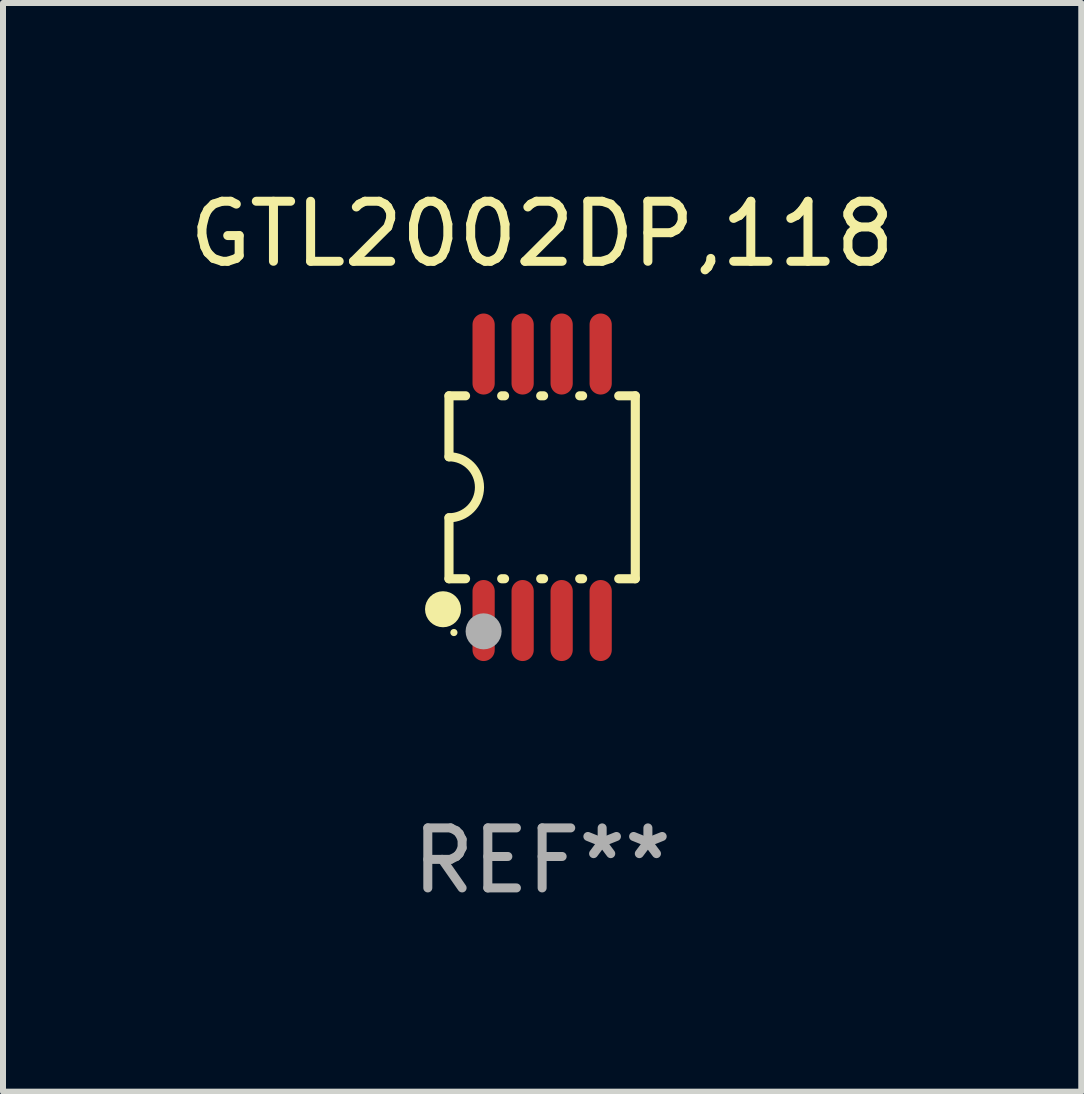
<source format=kicad_pcb>
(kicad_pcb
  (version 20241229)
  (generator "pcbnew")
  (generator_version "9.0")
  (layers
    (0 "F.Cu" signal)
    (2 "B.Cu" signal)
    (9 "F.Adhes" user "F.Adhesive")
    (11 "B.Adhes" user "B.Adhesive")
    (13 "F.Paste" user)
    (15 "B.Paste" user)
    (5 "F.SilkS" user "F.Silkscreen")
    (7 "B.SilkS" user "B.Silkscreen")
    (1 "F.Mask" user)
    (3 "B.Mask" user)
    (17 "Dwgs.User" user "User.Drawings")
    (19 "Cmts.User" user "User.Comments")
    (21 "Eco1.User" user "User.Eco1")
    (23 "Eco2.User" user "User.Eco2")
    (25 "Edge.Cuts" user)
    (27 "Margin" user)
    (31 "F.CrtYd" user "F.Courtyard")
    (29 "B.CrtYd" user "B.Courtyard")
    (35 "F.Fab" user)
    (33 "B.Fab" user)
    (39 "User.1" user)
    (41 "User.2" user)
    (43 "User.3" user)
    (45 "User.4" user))
  (footprint "GTL2002DP,118"
    (layer "F.Cu")
    (at 5.982 5.068)
    (property "Reference" "GTL2002DP,118" (at 0 -4.22 0) (layer "F.SilkS") (effects (font (size 1 1) (thickness 0.15))))
    (attr through_hole)
    (fp_line (start -1.552 -1.524) (end -1.276 -1.524) (stroke (width 0.152) (type solid)) (layer "F.SilkS"))
    (fp_line (start -1.552 -0.508) (end -1.552 -1.524) (stroke (width 0.152) (type solid)) (layer "F.SilkS"))
    (fp_line (start -1.552 1.524) (end -1.552 0.508) (stroke (width 0.152) (type solid)) (layer "F.SilkS"))
    (fp_line (start -1.552 1.524) (end -1.276 1.524) (stroke (width 0.152) (type solid)) (layer "F.SilkS"))
    (fp_line (start -0.674 -1.524) (end -0.626 -1.524) (stroke (width 0.152) (type solid)) (layer "F.SilkS"))
    (fp_line (start -0.674 1.524) (end -0.626 1.524) (stroke (width 0.152) (type solid)) (layer "F.SilkS"))
    (fp_line (start -0.024 -1.524) (end 0.024 -1.524) (stroke (width 0.152) (type solid)) (layer "F.SilkS"))
    (fp_line (start -0.024 1.524) (end 0.024 1.524) (stroke (width 0.152) (type solid)) (layer "F.SilkS"))
    (fp_line (start 0.626 -1.524) (end 0.674 -1.524) (stroke (width 0.152) (type solid)) (layer "F.SilkS"))
    (fp_line (start 0.626 1.524) (end 0.674 1.524) (stroke (width 0.152) (type solid)) (layer "F.SilkS"))
    (fp_line (start 1.276 1.524) (end 1.552 1.524) (stroke (width 0.152) (type solid)) (layer "F.SilkS"))
    (fp_line (start 1.276 -1.524) (end 1.552 -1.524) (stroke (width 0.152) (type solid)) (layer "F.SilkS"))
    (fp_line (start 1.552 -1.524) (end 1.552 1.524) (stroke (width 0.152) (type solid)) (layer "F.SilkS"))
    (fp_arc (start -1.551943 -0.508001) (mid -1.043942 0) (end -1.551943 0.508001) (stroke (width 0.151994) (type solid)) (layer "F.SilkS"))
    (fp_circle (center -1.651 2.032) (end -1.501 2.032) (stroke (width 0.3) (type solid)) (fill no) (layer "F.SilkS"))
    (fp_circle (center -1.47 2.42) (end -1.44 2.42) (stroke (width 0.06) (type solid)) (fill no) (layer "F.SilkS"))
    (fp_circle (center -0.975 2.4) (end -0.825 2.4) (stroke (width 0.3) (type solid)) (fill no) (layer "F.Fab"))
    (fp_text user "REF**" (at 0 6.22 0) (layer "F.Fab") (effects (font (size 1 1) (thickness 0.15))))
    (pad "1" smd oval (at -0.975 2.22) (size 0.37 1.35) (layers "F.Cu" "F.Mask" "F.Paste"))
    (pad "2" smd oval (at -0.325 2.22) (size 0.37 1.35) (layers "F.Cu" "F.Mask" "F.Paste"))
    (pad "3" smd oval (at 0.325 2.22) (size 0.37 1.35) (layers "F.Cu" "F.Mask" "F.Paste"))
    (pad "4" smd oval (at 0.975 2.22) (size 0.37 1.35) (layers "F.Cu" "F.Mask" "F.Paste"))
    (pad "5" smd oval (at 0.975 -2.22) (size 0.37 1.35) (layers "F.Cu" "F.Mask" "F.Paste"))
    (pad "6" smd oval (at 0.325 -2.22) (size 0.37 1.35) (layers "F.Cu" "F.Mask" "F.Paste"))
    (pad "7" smd oval (at -0.325 -2.22) (size 0.37 1.35) (layers "F.Cu" "F.Mask" "F.Paste"))
    (pad "8" smd oval (at -0.975 -2.22) (size 0.37 1.35) (layers "F.Cu" "F.Mask" "F.Paste")))
  (gr_rect
    (start -3 -3)
    (end 14.964 15.137)
    (stroke (width 0.1) (type default))
    (fill no)
    (layer "Edge.Cuts")))
</source>
